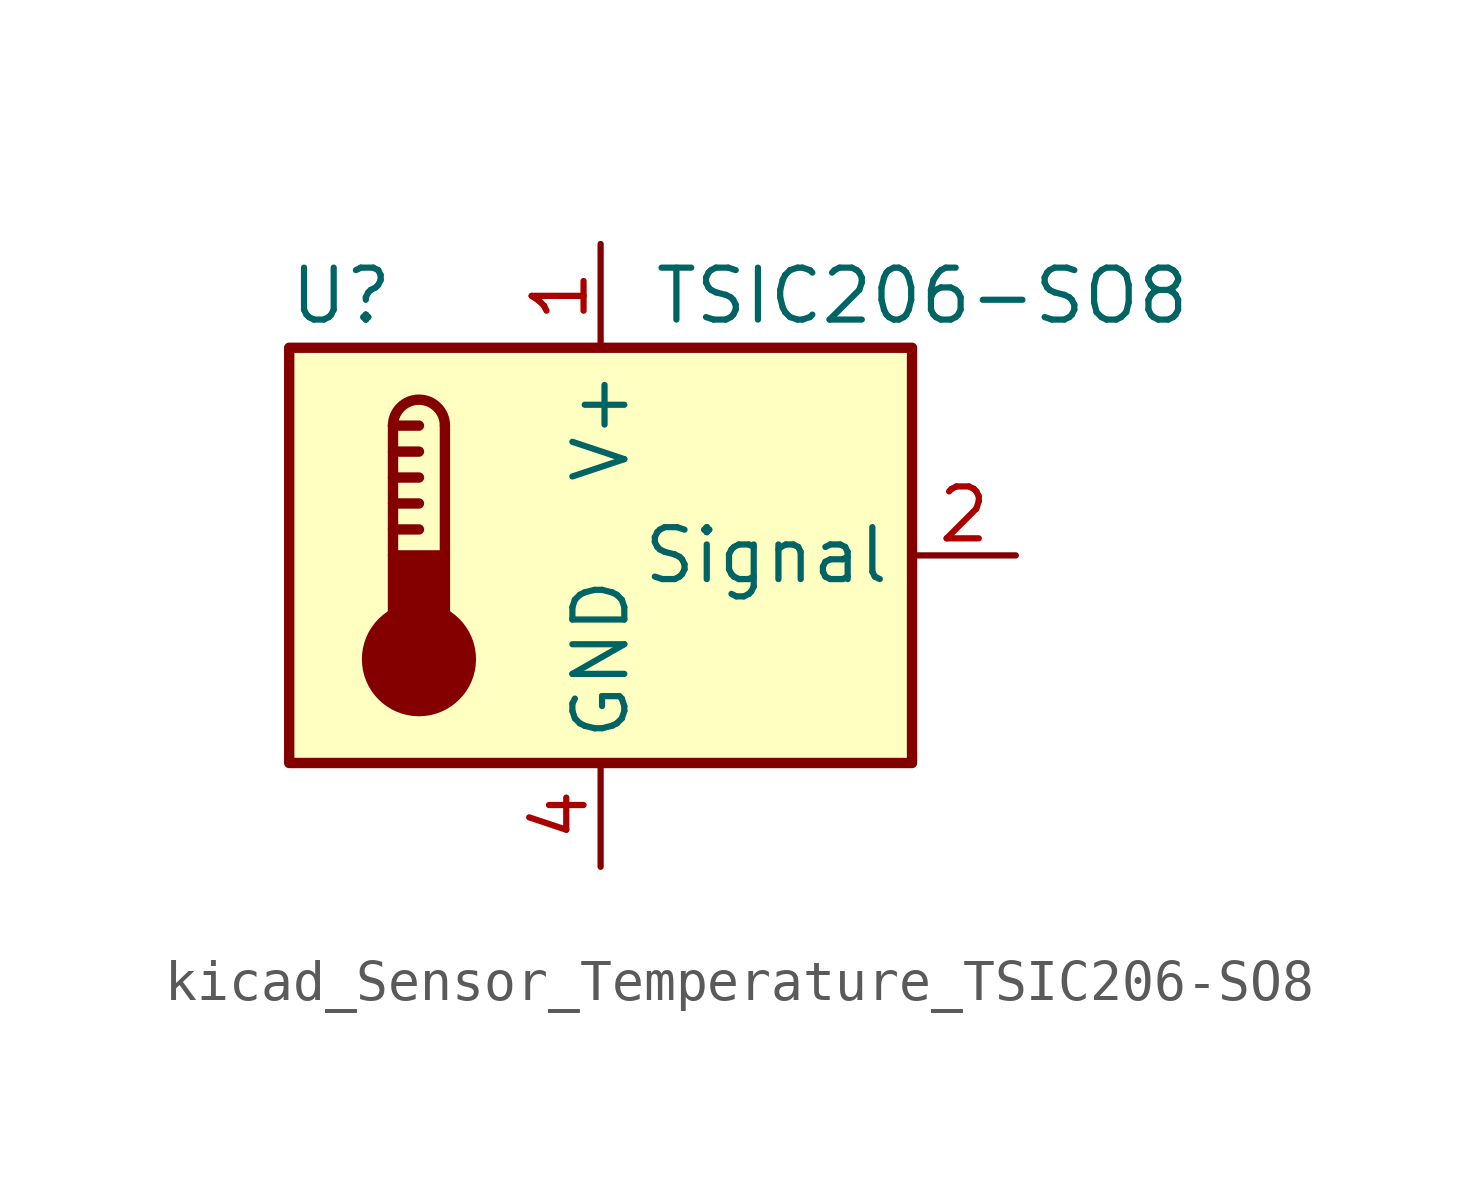
<source format=kicad_sym>
(kicad_symbol_lib
  (version 20220914)
  (generator kicad_symbol_editor)
  (symbol "kicad_Sensor_Temperature_TSIC206-SO8"
    (property "Reference" "U"
      (at -6.35 6.35 0)
      (effects (font (size 1.27 1.27))))
    (property "Value" "TSIC206-SO8"
      (at 1.27 6.35 0)
      (effects (font (size 1.27 1.27)) (justify left)))
    (symbol "kicad_Sensor_Temperature_TSIC206-SO8_0_1"
      (rectangle (start -7.62 5.08) (end 7.62 -5.08) (stroke (width 0.254) (type default)) (fill (type background)))
      (circle (center -4.445 -2.54) (radius 1.27) (stroke (width 0.254) (type default)) (fill (type outline)))
      (rectangle (start -3.81 -1.905) (end -5.08 0) (stroke (width 0.254) (type default)) (fill (type outline)))
      (arc (start -3.81 3.175) (mid -4.445 3.8073) (end -5.08 3.175) (stroke (width 0.254) (type default)) (fill (type none)))
      (polyline (pts (xy -5.08 0.635) (xy -4.445 0.635)) (stroke (width 0.254) (type default)) (fill (type none)))
      (polyline (pts (xy -5.08 1.27) (xy -4.445 1.27)) (stroke (width 0.254) (type default)) (fill (type none)))
      (polyline (pts (xy -5.08 1.905) (xy -4.445 1.905)) (stroke (width 0.254) (type default)) (fill (type none)))
      (polyline (pts (xy -5.08 2.54) (xy -4.445 2.54)) (stroke (width 0.254) (type default)) (fill (type none)))
      (polyline (pts (xy -5.08 3.175) (xy -5.08 0)) (stroke (width 0.254) (type default)) (fill (type none)))
      (polyline (pts (xy -5.08 3.175) (xy -4.445 3.175)) (stroke (width 0.254) (type default)) (fill (type none)))
      (polyline (pts (xy -3.81 3.175) (xy -3.81 0)) (stroke (width 0.254) (type default)) (fill (type none))))
    (symbol "kicad_Sensor_Temperature_TSIC206-SO8_1_1"
      (pin power_in line (at 0 7.62 270) (length 2.54) (name "V+" (effects (font (size 1.27 1.27)))) (number "1" (effects (font (size 1.27 1.27)))))
      (pin output line (at 10.16 0 180) (length 2.54) (name "Signal" (effects (font (size 1.27 1.27)))) (number "2" (effects (font (size 1.27 1.27)))))
      (pin no_connect line (at 7.62 -2.54 180) (length 2.54) hide (name "NC" (effects (font (size 1.27 1.27)))) (number "3" (effects (font (size 1.27 1.27)))))
      (pin power_in line (at 0 -7.62 90) (length 2.54) (name "GND" (effects (font (size 1.27 1.27)))) (number "4" (effects (font (size 1.27 1.27)))))
      (pin no_connect line (at -5.08 -5.08 90) (length 2.54) hide (name "NC" (effects (font (size 1.27 1.27)))) (number "5" (effects (font (size 1.27 1.27)))))
      (pin no_connect line (at -2.54 -5.08 90) (length 2.54) hide (name "NC" (effects (font (size 1.27 1.27)))) (number "6" (effects (font (size 1.27 1.27)))))
      (pin no_connect line (at 2.54 -5.08 90) (length 2.54) hide (name "NC" (effects (font (size 1.27 1.27)))) (number "7" (effects (font (size 1.27 1.27)))))
      (pin no_connect line (at 5.08 -5.08 90) (length 2.54) hide (name "NC" (effects (font (size 1.27 1.27)))) (number "8" (effects (font (size 1.27 1.27))))))))
</source>
